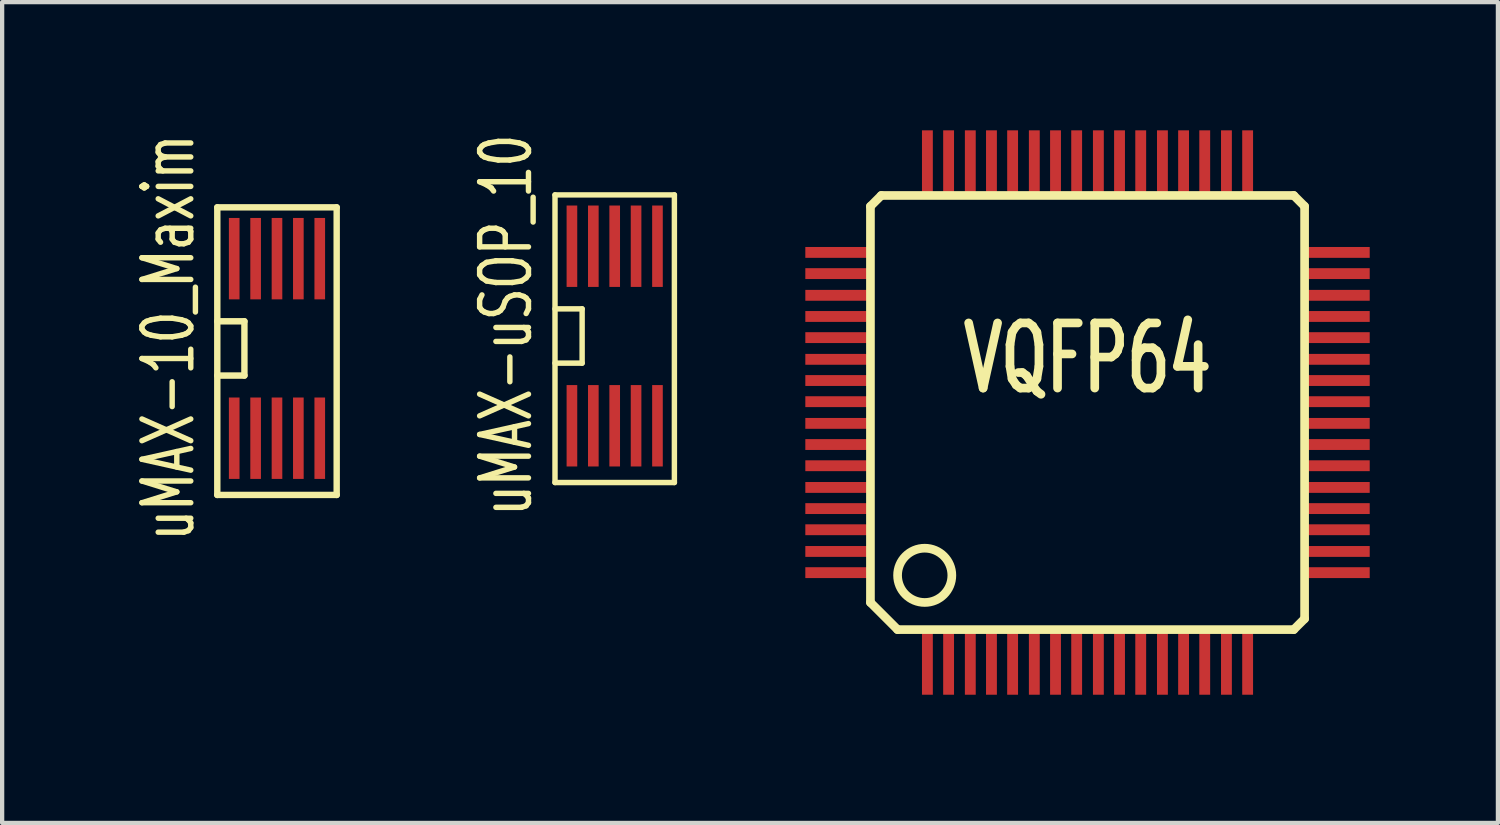
<source format=kicad_pcb>
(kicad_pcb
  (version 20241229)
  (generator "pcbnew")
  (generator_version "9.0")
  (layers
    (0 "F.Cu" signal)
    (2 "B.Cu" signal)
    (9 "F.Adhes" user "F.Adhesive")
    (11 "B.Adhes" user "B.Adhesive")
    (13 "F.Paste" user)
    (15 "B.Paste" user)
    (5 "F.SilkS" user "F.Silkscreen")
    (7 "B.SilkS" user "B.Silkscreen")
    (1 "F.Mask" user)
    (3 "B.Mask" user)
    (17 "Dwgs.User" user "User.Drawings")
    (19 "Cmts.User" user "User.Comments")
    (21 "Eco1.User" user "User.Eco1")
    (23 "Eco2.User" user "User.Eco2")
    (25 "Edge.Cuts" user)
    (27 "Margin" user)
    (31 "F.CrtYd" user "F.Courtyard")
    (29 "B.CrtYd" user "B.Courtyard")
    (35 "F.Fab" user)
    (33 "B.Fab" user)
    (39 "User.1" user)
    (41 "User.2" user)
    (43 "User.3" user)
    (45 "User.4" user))
  (footprint "uMAX-uSOP_10"
    (layer "F.Cu")
    (at 11.335 4.813)
    (property "Reference" "uMAX-uSOP_10" (at -2.54 -0.254 90) (layer "F.SilkS") (effects (font (size 1.143 0.762) (thickness 0.127))))
    (attr smd)
    (fp_line (start -1.397 -3.302) (end 1.397 -3.302) (stroke (width 0.127) (type solid)) (layer "F.SilkS"))
    (fp_line (start -1.397 -0.635) (end -0.762 -0.635) (stroke (width 0.127) (type solid)) (layer "F.SilkS"))
    (fp_line (start -1.397 3.429) (end -1.397 -3.302) (stroke (width 0.127) (type solid)) (layer "F.SilkS"))
    (fp_line (start -0.762 -0.635) (end -0.762 0.635) (stroke (width 0.127) (type solid)) (layer "F.SilkS"))
    (fp_line (start -0.762 0.635) (end -1.397 0.635) (stroke (width 0.127) (type solid)) (layer "F.SilkS"))
    (fp_line (start 1.397 -3.302) (end 1.397 3.429) (stroke (width 0.127) (type solid)) (layer "F.SilkS"))
    (fp_line (start 1.397 3.429) (end -1.397 3.429) (stroke (width 0.127) (type solid)) (layer "F.SilkS"))
    (pad "1" smd rect (at -1.001 2.101) (size 0.249 1.905) (layers "F.Cu" "F.Mask" "F.Paste"))
    (pad "2" smd rect (at -0.5 2.101) (size 0.249 1.905) (layers "F.Cu" "F.Mask" "F.Paste"))
    (pad "3" smd rect (at 0 2.101) (size 0.249 1.905) (layers "F.Cu" "F.Mask" "F.Paste"))
    (pad "4" smd rect (at 0.5 2.101) (size 0.249 1.905) (layers "F.Cu" "F.Mask" "F.Paste"))
    (pad "5" smd rect (at 1.001 2.101) (size 0.249 1.905) (layers "F.Cu" "F.Mask" "F.Paste"))
    (pad "6" smd rect (at 1.001 -2.101) (size 0.249 1.905) (layers "F.Cu" "F.Mask" "F.Paste"))
    (pad "7" smd rect (at 0.5 -2.101) (size 0.249 1.905) (layers "F.Cu" "F.Mask" "F.Paste"))
    (pad "8" smd rect (at 0 -2.101) (size 0.249 1.905) (layers "F.Cu" "F.Mask" "F.Paste"))
    (pad "9" smd rect (at -0.5 -2.101) (size 0.249 1.905) (layers "F.Cu" "F.Mask" "F.Paste"))
    (pad "10" smd rect (at -1.001 -2.101) (size 0.249 1.905) (layers "F.Cu" "F.Mask" "F.Paste")))
  (footprint "VQFP64"
    (layer "F.Cu")
    (at 22.4 6.604)
    (property "Reference" "VQFP64" (at 0 -1.267 0) (layer "F.SilkS") (effects (font (size 1.524 1.016) (thickness 0.203))))
    (attr smd)
    (fp_line (start -5.08 -4.826) (end -4.826 -5.08) (stroke (width 0.203) (type solid)) (layer "F.SilkS"))
    (fp_line (start -5.08 4.445) (end -5.08 -4.826) (stroke (width 0.203) (type solid)) (layer "F.SilkS"))
    (fp_line (start -4.826 -5.08) (end 4.826 -5.08) (stroke (width 0.203) (type solid)) (layer "F.SilkS"))
    (fp_line (start -4.445 5.08) (end -5.08 4.445) (stroke (width 0.203) (type solid)) (layer "F.SilkS"))
    (fp_line (start 4.826 -5.08) (end 5.08 -4.826) (stroke (width 0.203) (type solid)) (layer "F.SilkS"))
    (fp_line (start 4.826 5.08) (end -4.445 5.08) (stroke (width 0.203) (type solid)) (layer "F.SilkS"))
    (fp_line (start 5.08 -4.826) (end 5.08 4.826) (stroke (width 0.203) (type solid)) (layer "F.SilkS"))
    (fp_line (start 5.08 4.826) (end 4.826 5.08) (stroke (width 0.203) (type solid)) (layer "F.SilkS"))
    (fp_circle (center -3.81 3.81) (end -3.81 3.175) (stroke (width 0.203) (type solid)) (fill no) (layer "F.SilkS"))
    (pad "1" smd rect (at -3.747 5.842) (size 0.254 1.524) (layers "F.Cu" "F.Mask" "F.Paste"))
    (pad "2" smd rect (at -3.251 5.842) (size 0.254 1.524) (layers "F.Cu" "F.Mask" "F.Paste"))
    (pad "3" smd rect (at -2.743 5.842) (size 0.254 1.524) (layers "F.Cu" "F.Mask" "F.Paste"))
    (pad "4" smd rect (at -2.248 5.842) (size 0.254 1.524) (layers "F.Cu" "F.Mask" "F.Paste"))
    (pad "5" smd rect (at -1.753 5.842) (size 0.254 1.524) (layers "F.Cu" "F.Mask" "F.Paste"))
    (pad "6" smd rect (at -1.245 5.842) (size 0.254 1.524) (layers "F.Cu" "F.Mask" "F.Paste"))
    (pad "7" smd rect (at -0.749 5.842) (size 0.254 1.524) (layers "F.Cu" "F.Mask" "F.Paste"))
    (pad "8" smd rect (at -0.254 5.842) (size 0.254 1.524) (layers "F.Cu" "F.Mask" "F.Paste"))
    (pad "9" smd rect (at 0.254 5.842) (size 0.254 1.524) (layers "F.Cu" "F.Mask" "F.Paste"))
    (pad "10" smd rect (at 0.749 5.842) (size 0.254 1.524) (layers "F.Cu" "F.Mask" "F.Paste"))
    (pad "11" smd rect (at 1.245 5.842) (size 0.254 1.524) (layers "F.Cu" "F.Mask" "F.Paste"))
    (pad "12" smd rect (at 1.753 5.842) (size 0.254 1.524) (layers "F.Cu" "F.Mask" "F.Paste"))
    (pad "13" smd rect (at 2.248 5.842) (size 0.254 1.524) (layers "F.Cu" "F.Mask" "F.Paste"))
    (pad "14" smd rect (at 2.743 5.842) (size 0.254 1.524) (layers "F.Cu" "F.Mask" "F.Paste"))
    (pad "15" smd rect (at 3.251 5.842) (size 0.254 1.524) (layers "F.Cu" "F.Mask" "F.Paste"))
    (pad "16" smd rect (at 3.747 5.842) (size 0.254 1.524) (layers "F.Cu" "F.Mask" "F.Paste"))
    (pad "17" smd rect (at 5.842 3.747) (size 1.524 0.254) (layers "F.Cu" "F.Mask" "F.Paste"))
    (pad "18" smd rect (at 5.842 3.251) (size 1.524 0.254) (layers "F.Cu" "F.Mask" "F.Paste"))
    (pad "19" smd rect (at 5.842 2.743) (size 1.524 0.254) (layers "F.Cu" "F.Mask" "F.Paste"))
    (pad "20" smd rect (at 5.842 2.248) (size 1.524 0.254) (layers "F.Cu" "F.Mask" "F.Paste"))
    (pad "21" smd rect (at 5.842 1.753) (size 1.524 0.254) (layers "F.Cu" "F.Mask" "F.Paste"))
    (pad "22" smd rect (at 5.842 1.245) (size 1.524 0.254) (layers "F.Cu" "F.Mask" "F.Paste"))
    (pad "23" smd rect (at 5.842 0.749) (size 1.524 0.254) (layers "F.Cu" "F.Mask" "F.Paste"))
    (pad "24" smd rect (at 5.842 0.254) (size 1.524 0.254) (layers "F.Cu" "F.Mask" "F.Paste"))
    (pad "25" smd rect (at 5.842 -0.254) (size 1.524 0.254) (layers "F.Cu" "F.Mask" "F.Paste"))
    (pad "26" smd rect (at 5.842 -0.749) (size 1.524 0.254) (layers "F.Cu" "F.Mask" "F.Paste"))
    (pad "27" smd rect (at 5.842 -1.245) (size 1.524 0.254) (layers "F.Cu" "F.Mask" "F.Paste"))
    (pad "28" smd rect (at 5.842 -1.753) (size 1.524 0.254) (layers "F.Cu" "F.Mask" "F.Paste"))
    (pad "29" smd rect (at 5.842 -2.248) (size 1.524 0.254) (layers "F.Cu" "F.Mask" "F.Paste"))
    (pad "30" smd rect (at 5.842 -2.743) (size 1.524 0.254) (layers "F.Cu" "F.Mask" "F.Paste"))
    (pad "31" smd rect (at 5.842 -3.251) (size 1.524 0.254) (layers "F.Cu" "F.Mask" "F.Paste"))
    (pad "32" smd rect (at 5.842 -3.747) (size 1.524 0.254) (layers "F.Cu" "F.Mask" "F.Paste"))
    (pad "33" smd rect (at 3.747 -5.842) (size 0.254 1.524) (layers "F.Cu" "F.Mask" "F.Paste"))
    (pad "34" smd rect (at 3.251 -5.842) (size 0.254 1.524) (layers "F.Cu" "F.Mask" "F.Paste"))
    (pad "35" smd rect (at 2.743 -5.842) (size 0.254 1.524) (layers "F.Cu" "F.Mask" "F.Paste"))
    (pad "36" smd rect (at 2.248 -5.842) (size 0.254 1.524) (layers "F.Cu" "F.Mask" "F.Paste"))
    (pad "37" smd rect (at 1.753 -5.842) (size 0.254 1.524) (layers "F.Cu" "F.Mask" "F.Paste"))
    (pad "38" smd rect (at 1.245 -5.842) (size 0.254 1.524) (layers "F.Cu" "F.Mask" "F.Paste"))
    (pad "39" smd rect (at 0.749 -5.842) (size 0.254 1.524) (layers "F.Cu" "F.Mask" "F.Paste"))
    (pad "40" smd rect (at 0.254 -5.842) (size 0.254 1.524) (layers "F.Cu" "F.Mask" "F.Paste"))
    (pad "41" smd rect (at -0.254 -5.842) (size 0.254 1.524) (layers "F.Cu" "F.Mask" "F.Paste"))
    (pad "42" smd rect (at -0.749 -5.842) (size 0.254 1.524) (layers "F.Cu" "F.Mask" "F.Paste"))
    (pad "43" smd rect (at -1.245 -5.842) (size 0.254 1.524) (layers "F.Cu" "F.Mask" "F.Paste"))
    (pad "44" smd rect (at -1.753 -5.842) (size 0.254 1.524) (layers "F.Cu" "F.Mask" "F.Paste"))
    (pad "45" smd rect (at -2.248 -5.842) (size 0.254 1.524) (layers "F.Cu" "F.Mask" "F.Paste"))
    (pad "46" smd rect (at -2.743 -5.842) (size 0.254 1.524) (layers "F.Cu" "F.Mask" "F.Paste"))
    (pad "47" smd rect (at -3.251 -5.842) (size 0.254 1.524) (layers "F.Cu" "F.Mask" "F.Paste"))
    (pad "48" smd rect (at -3.747 -5.842) (size 0.254 1.524) (layers "F.Cu" "F.Mask" "F.Paste"))
    (pad "49" smd rect (at -5.842 -3.747) (size 1.524 0.254) (layers "F.Cu" "F.Mask" "F.Paste"))
    (pad "50" smd rect (at -5.842 -3.251) (size 1.524 0.254) (layers "F.Cu" "F.Mask" "F.Paste"))
    (pad "51" smd rect (at -5.842 -2.743) (size 1.524 0.254) (layers "F.Cu" "F.Mask" "F.Paste"))
    (pad "52" smd rect (at -5.842 -2.248) (size 1.524 0.254) (layers "F.Cu" "F.Mask" "F.Paste"))
    (pad "53" smd rect (at -5.842 -1.753) (size 1.524 0.254) (layers "F.Cu" "F.Mask" "F.Paste"))
    (pad "54" smd rect (at -5.842 -1.245) (size 1.524 0.254) (layers "F.Cu" "F.Mask" "F.Paste"))
    (pad "55" smd rect (at -5.842 -0.749) (size 1.524 0.254) (layers "F.Cu" "F.Mask" "F.Paste"))
    (pad "56" smd rect (at -5.842 -0.254) (size 1.524 0.254) (layers "F.Cu" "F.Mask" "F.Paste"))
    (pad "57" smd rect (at -5.842 0.254) (size 1.524 0.254) (layers "F.Cu" "F.Mask" "F.Paste"))
    (pad "58" smd rect (at -5.842 0.749) (size 1.524 0.254) (layers "F.Cu" "F.Mask" "F.Paste"))
    (pad "59" smd rect (at -5.842 1.245) (size 1.524 0.254) (layers "F.Cu" "F.Mask" "F.Paste"))
    (pad "60" smd rect (at -5.842 1.753) (size 1.524 0.254) (layers "F.Cu" "F.Mask" "F.Paste"))
    (pad "61" smd rect (at -5.842 2.248) (size 1.524 0.254) (layers "F.Cu" "F.Mask" "F.Paste"))
    (pad "62" smd rect (at -5.842 2.743) (size 1.524 0.254) (layers "F.Cu" "F.Mask" "F.Paste"))
    (pad "63" smd rect (at -5.842 3.251) (size 1.524 0.254) (layers "F.Cu" "F.Mask" "F.Paste"))
    (pad "64" smd rect (at -5.842 3.747) (size 1.524 0.254) (layers "F.Cu" "F.Mask" "F.Paste")))
  (footprint "uMAX-10_Maxim"
    (layer "F.Cu")
    (at 3.432 5.104)
    (property "Reference" "uMAX-10_Maxim" (at -2.54 -0.254 90) (layer "F.SilkS") (effects (font (size 1.143 0.762) (thickness 0.127))))
    (attr smd)
    (fp_line (start -1.397 -3.302) (end 1.397 -3.302) (stroke (width 0.15) (type solid)) (layer "F.SilkS"))
    (fp_line (start -1.397 -0.635) (end -0.762 -0.635) (stroke (width 0.15) (type solid)) (layer "F.SilkS"))
    (fp_line (start -1.397 3.429) (end -1.397 -3.302) (stroke (width 0.15) (type solid)) (layer "F.SilkS"))
    (fp_line (start -0.762 -0.635) (end -0.762 0.635) (stroke (width 0.15) (type solid)) (layer "F.SilkS"))
    (fp_line (start -0.762 0.635) (end -1.397 0.635) (stroke (width 0.15) (type solid)) (layer "F.SilkS"))
    (fp_line (start 1.397 -3.302) (end 1.397 3.429) (stroke (width 0.15) (type solid)) (layer "F.SilkS"))
    (fp_line (start 1.397 3.429) (end -1.397 3.429) (stroke (width 0.15) (type solid)) (layer "F.SilkS"))
    (pad "1" smd rect (at -1.001 2.101) (size 0.249 1.905) (layers "F.Cu" "F.Mask" "F.Paste"))
    (pad "2" smd rect (at -0.5 2.101) (size 0.249 1.905) (layers "F.Cu" "F.Mask" "F.Paste"))
    (pad "3" smd rect (at 0 2.101) (size 0.249 1.905) (layers "F.Cu" "F.Mask" "F.Paste"))
    (pad "4" smd rect (at 0.5 2.101) (size 0.249 1.905) (layers "F.Cu" "F.Mask" "F.Paste"))
    (pad "5" smd rect (at 1.001 2.101) (size 0.249 1.905) (layers "F.Cu" "F.Mask" "F.Paste"))
    (pad "6" smd rect (at 1.001 -2.101) (size 0.249 1.905) (layers "F.Cu" "F.Mask" "F.Paste"))
    (pad "7" smd rect (at 0.5 -2.101) (size 0.249 1.905) (layers "F.Cu" "F.Mask" "F.Paste"))
    (pad "8" smd rect (at 0 -2.101) (size 0.249 1.905) (layers "F.Cu" "F.Mask" "F.Paste"))
    (pad "9" smd rect (at -0.5 -2.101) (size 0.249 1.905) (layers "F.Cu" "F.Mask" "F.Paste"))
    (pad "10" smd rect (at -1.001 -2.101) (size 0.249 1.905) (layers "F.Cu" "F.Mask" "F.Paste")))
  (gr_rect
    (start -3 -3)
    (end 32.004 16.208)
    (stroke (width 0.1) (type default))
    (fill no)
    (layer "Edge.Cuts")))
</source>
